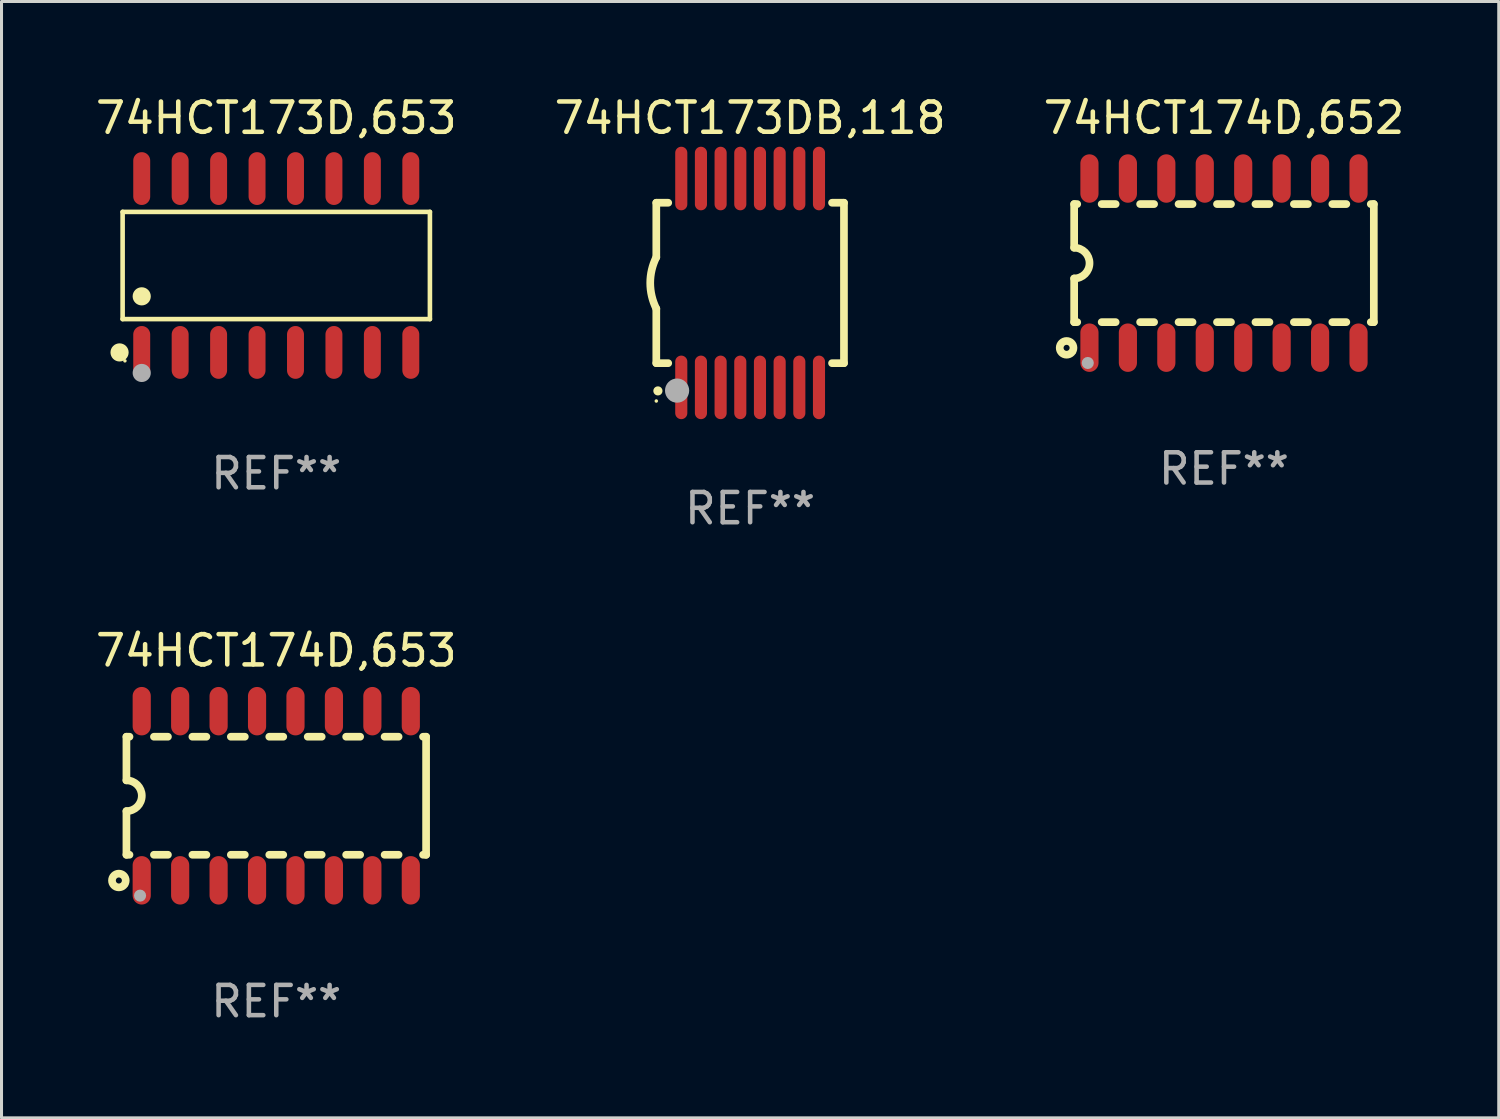
<source format=kicad_pcb>
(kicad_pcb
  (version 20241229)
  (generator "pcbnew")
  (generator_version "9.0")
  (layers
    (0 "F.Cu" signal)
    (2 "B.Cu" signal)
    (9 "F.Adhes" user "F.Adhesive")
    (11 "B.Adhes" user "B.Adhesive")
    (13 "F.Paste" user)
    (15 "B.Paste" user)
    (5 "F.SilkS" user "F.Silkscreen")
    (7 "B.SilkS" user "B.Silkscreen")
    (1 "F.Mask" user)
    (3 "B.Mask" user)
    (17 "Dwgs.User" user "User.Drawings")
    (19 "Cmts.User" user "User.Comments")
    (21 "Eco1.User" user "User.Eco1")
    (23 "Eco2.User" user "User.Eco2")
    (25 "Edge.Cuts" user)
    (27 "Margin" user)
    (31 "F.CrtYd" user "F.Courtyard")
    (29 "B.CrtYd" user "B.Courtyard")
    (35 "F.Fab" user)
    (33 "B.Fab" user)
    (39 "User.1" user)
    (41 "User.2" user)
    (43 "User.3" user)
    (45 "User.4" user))
  (footprint "74HCT173DB,118"
    (layer "F.Cu")
    (at 21.732 6.298)
    (property "Reference" "74HCT173DB,118" (at 0 -5.45 0) (layer "F.SilkS") (effects (font (size 1 1) (thickness 0.15))))
    (attr through_hole)
    (fp_line (start -3.1 -2.65) (end -3.1 -0.85) (stroke (width 0.254) (type solid)) (layer "F.SilkS"))
    (fp_line (start -3.1 -2.65) (end -2.706 -2.65) (stroke (width 0.254) (type solid)) (layer "F.SilkS"))
    (fp_line (start -3.1 2.65) (end -3.1 0.85) (stroke (width 0.254) (type solid)) (layer "F.SilkS"))
    (fp_line (start -3.1 2.65) (end -2.706 2.65) (stroke (width 0.254) (type solid)) (layer "F.SilkS"))
    (fp_line (start 2.706 -2.65) (end 3.1 -2.65) (stroke (width 0.254) (type solid)) (layer "F.SilkS"))
    (fp_line (start 2.706 2.65) (end 3.1 2.65) (stroke (width 0.254) (type solid)) (layer "F.SilkS"))
    (fp_line (start 3.1 -2.65) (end 3.1 2.65) (stroke (width 0.254) (type solid)) (layer "F.SilkS"))
    (fp_arc (start -3.098907 0.850902) (mid -3.300057 0.000523) (end -3.1 -0.850114) (stroke (width 0.254001) (type solid)) (layer "F.SilkS"))
    (fp_arc (start -3.048006 3.566066) (mid -3.046736 3.566061) (end -3.045466 3.566066) (stroke (width 0.3) (type solid)) (layer "F.SilkS"))
    (fp_circle (center -3.1 3.9) (end -3.07 3.9) (stroke (width 0.06) (type solid)) (fill no) (layer "F.SilkS"))
    (fp_circle (center -2.413 3.556) (end -2.213 3.556) (stroke (width 0.4) (type solid)) (fill no) (layer "F.Fab"))
    (fp_text user "REF**" (at 0 7.45 0) (layer "F.Fab") (effects (font (size 1 1) (thickness 0.15))))
    (pad "1" smd oval (at -2.275 3.45 180) (size 0.4 2.1) (layers "F.Cu" "F.Mask" "F.Paste"))
    (pad "2" smd oval (at -1.625 3.45 180) (size 0.4 2.1) (layers "F.Cu" "F.Mask" "F.Paste"))
    (pad "3" smd oval (at -0.975 3.45 180) (size 0.4 2.1) (layers "F.Cu" "F.Mask" "F.Paste"))
    (pad "4" smd oval (at -0.325 3.45 180) (size 0.4 2.1) (layers "F.Cu" "F.Mask" "F.Paste"))
    (pad "5" smd oval (at 0.325 3.45 180) (size 0.4 2.1) (layers "F.Cu" "F.Mask" "F.Paste"))
    (pad "6" smd oval (at 0.975 3.45 180) (size 0.4 2.1) (layers "F.Cu" "F.Mask" "F.Paste"))
    (pad "7" smd oval (at 1.625 3.45 180) (size 0.4 2.1) (layers "F.Cu" "F.Mask" "F.Paste"))
    (pad "8" smd oval (at 2.275 3.45 180) (size 0.4 2.1) (layers "F.Cu" "F.Mask" "F.Paste"))
    (pad "9" smd oval (at 2.275 -3.45 180) (size 0.4 2.1) (layers "F.Cu" "F.Mask" "F.Paste"))
    (pad "10" smd oval (at 1.625 -3.45 180) (size 0.4 2.1) (layers "F.Cu" "F.Mask" "F.Paste"))
    (pad "11" smd oval (at 0.975 -3.45 180) (size 0.4 2.1) (layers "F.Cu" "F.Mask" "F.Paste"))
    (pad "12" smd oval (at 0.325 -3.45 180) (size 0.4 2.1) (layers "F.Cu" "F.Mask" "F.Paste"))
    (pad "13" smd oval (at -0.325 -3.45 180) (size 0.4 2.1) (layers "F.Cu" "F.Mask" "F.Paste"))
    (pad "14" smd oval (at -0.975 -3.45 180) (size 0.4 2.1) (layers "F.Cu" "F.Mask" "F.Paste"))
    (pad "15" smd oval (at -1.625 -3.45 180) (size 0.4 2.1) (layers "F.Cu" "F.Mask" "F.Paste"))
    (pad "16" smd oval (at -2.275 -3.45 180) (size 0.4 2.1) (layers "F.Cu" "F.Mask" "F.Paste")))
  (footprint "74HCT173D,653"
    (layer "F.Cu")
    (at 6.077 5.721)
    (property "Reference" "74HCT173D,653" (at 0 -4.872 0) (layer "F.SilkS") (effects (font (size 1 1) (thickness 0.15))))
    (attr through_hole)
    (fp_line (start -5.076 -1.771) (end 5.076 -1.771) (stroke (width 0.152) (type solid)) (layer "F.SilkS"))
    (fp_line (start -5.076 1.771) (end -5.076 -1.771) (stroke (width 0.152) (type solid)) (layer "F.SilkS"))
    (fp_line (start 5.076 -1.771) (end 5.076 1.771) (stroke (width 0.152) (type solid)) (layer "F.SilkS"))
    (fp_line (start 5.076 1.771) (end -5.076 1.771) (stroke (width 0.152) (type solid)) (layer "F.SilkS"))
    (fp_circle (center -5.177 2.872) (end -5.027 2.872) (stroke (width 0.3) (type solid)) (fill no) (layer "F.SilkS"))
    (fp_circle (center -5 3.15) (end -4.97 3.15) (stroke (width 0.06) (type solid)) (fill no) (layer "F.SilkS"))
    (fp_circle (center -4.445 1.019) (end -4.295 1.019) (stroke (width 0.3) (type solid)) (fill no) (layer "F.SilkS"))
    (fp_circle (center -4.445 3.55) (end -4.295 3.55) (stroke (width 0.3) (type solid)) (fill no) (layer "F.Fab"))
    (fp_text user "REF**" (at 0 6.872 0) (layer "F.Fab") (effects (font (size 1 1) (thickness 0.15))))
    (pad "1" smd oval (at -4.445 2.872) (size 0.56 1.745) (layers "F.Cu" "F.Mask" "F.Paste"))
    (pad "2" smd oval (at -3.175 2.872) (size 0.56 1.745) (layers "F.Cu" "F.Mask" "F.Paste"))
    (pad "3" smd oval (at -1.905 2.872) (size 0.56 1.745) (layers "F.Cu" "F.Mask" "F.Paste"))
    (pad "4" smd oval (at -0.635 2.872) (size 0.56 1.745) (layers "F.Cu" "F.Mask" "F.Paste"))
    (pad "5" smd oval (at 0.635 2.872) (size 0.56 1.745) (layers "F.Cu" "F.Mask" "F.Paste"))
    (pad "6" smd oval (at 1.905 2.872) (size 0.56 1.745) (layers "F.Cu" "F.Mask" "F.Paste"))
    (pad "7" smd oval (at 3.175 2.872) (size 0.56 1.745) (layers "F.Cu" "F.Mask" "F.Paste"))
    (pad "8" smd oval (at 4.445 2.872) (size 0.56 1.745) (layers "F.Cu" "F.Mask" "F.Paste"))
    (pad "9" smd oval (at 4.445 -2.872) (size 0.56 1.745) (layers "F.Cu" "F.Mask" "F.Paste"))
    (pad "10" smd oval (at 3.175 -2.872) (size 0.56 1.745) (layers "F.Cu" "F.Mask" "F.Paste"))
    (pad "11" smd oval (at 1.905 -2.872) (size 0.56 1.745) (layers "F.Cu" "F.Mask" "F.Paste"))
    (pad "12" smd oval (at 0.635 -2.872) (size 0.56 1.745) (layers "F.Cu" "F.Mask" "F.Paste"))
    (pad "13" smd oval (at -0.635 -2.872) (size 0.56 1.745) (layers "F.Cu" "F.Mask" "F.Paste"))
    (pad "14" smd oval (at -1.905 -2.872) (size 0.56 1.745) (layers "F.Cu" "F.Mask" "F.Paste"))
    (pad "15" smd oval (at -3.175 -2.872) (size 0.56 1.745) (layers "F.Cu" "F.Mask" "F.Paste"))
    (pad "16" smd oval (at -4.445 -2.872) (size 0.56 1.745) (layers "F.Cu" "F.Mask" "F.Paste")))
  (footprint "74HCT174D,653"
    (layer "F.Cu")
    (at 6.077 23.239)
    (property "Reference" "74HCT174D,653" (at 0 -4.794 0) (layer "F.SilkS") (effects (font (size 1 1) (thickness 0.15))))
    (attr through_hole)
    (fp_line (start -4.95 -1.95) (end -4.95 -0.508) (stroke (width 0.254) (type solid)) (layer "F.SilkS"))
    (fp_line (start -4.95 -1.95) (end -4.849 -1.95) (stroke (width 0.254) (type solid)) (layer "F.SilkS"))
    (fp_line (start -4.95 1.95) (end -4.95 0.508) (stroke (width 0.254) (type solid)) (layer "F.SilkS"))
    (fp_line (start -4.95 1.95) (end -4.849 1.95) (stroke (width 0.254) (type solid)) (layer "F.SilkS"))
    (fp_line (start -4.041 -1.95) (end -3.579 -1.95) (stroke (width 0.254) (type solid)) (layer "F.SilkS"))
    (fp_line (start -4.041 1.95) (end -3.579 1.95) (stroke (width 0.254) (type solid)) (layer "F.SilkS"))
    (fp_line (start -2.771 -1.95) (end -2.309 -1.95) (stroke (width 0.254) (type solid)) (layer "F.SilkS"))
    (fp_line (start -2.771 1.95) (end -2.309 1.95) (stroke (width 0.254) (type solid)) (layer "F.SilkS"))
    (fp_line (start -1.501 -1.95) (end -1.039 -1.95) (stroke (width 0.254) (type solid)) (layer "F.SilkS"))
    (fp_line (start -1.501 1.95) (end -1.039 1.95) (stroke (width 0.254) (type solid)) (layer "F.SilkS"))
    (fp_line (start -0.231 -1.95) (end 0.231 -1.95) (stroke (width 0.254) (type solid)) (layer "F.SilkS"))
    (fp_line (start -0.231 1.95) (end 0.231 1.95) (stroke (width 0.254) (type solid)) (layer "F.SilkS"))
    (fp_line (start 1.039 -1.95) (end 1.501 -1.95) (stroke (width 0.254) (type solid)) (layer "F.SilkS"))
    (fp_line (start 1.039 1.95) (end 1.501 1.95) (stroke (width 0.254) (type solid)) (layer "F.SilkS"))
    (fp_line (start 2.309 -1.95) (end 2.771 -1.95) (stroke (width 0.254) (type solid)) (layer "F.SilkS"))
    (fp_line (start 2.309 1.95) (end 2.771 1.95) (stroke (width 0.254) (type solid)) (layer "F.SilkS"))
    (fp_line (start 3.579 -1.95) (end 4.041 -1.95) (stroke (width 0.254) (type solid)) (layer "F.SilkS"))
    (fp_line (start 3.579 1.95) (end 4.041 1.95) (stroke (width 0.254) (type solid)) (layer "F.SilkS"))
    (fp_line (start 4.849 -1.95) (end 4.95 -1.95) (stroke (width 0.254) (type solid)) (layer "F.SilkS"))
    (fp_line (start 4.849 1.95) (end 4.95 1.95) (stroke (width 0.254) (type solid)) (layer "F.SilkS"))
    (fp_line (start 4.95 -1.95) (end 4.95 1.95) (stroke (width 0.254) (type solid)) (layer "F.SilkS"))
    (fp_arc (start -4.95047 -0.508001) (mid -4.442469 -0.000228) (end -4.950013 0.508001) (stroke (width 0.254001) (type solid)) (layer "F.SilkS"))
    (fp_circle (center -5.2 2.8) (end -5.1 2.8) (stroke (width 0.254) (type solid)) (fill no) (layer "F.SilkS"))
    (fp_circle (center -4.95 2.947) (end -4.92 2.947) (stroke (width 0.06) (type solid)) (fill no) (layer "F.SilkS"))
    (fp_circle (center -4.5 3.3) (end -4.4 3.3) (stroke (width 0.2) (type solid)) (fill no) (layer "F.Fab"))
    (fp_text user "REF**" (at 0 6.794 0) (layer "F.Fab") (effects (font (size 1 1) (thickness 0.15))))
    (pad "1" smd oval (at -4.445 2.794) (size 0.6 1.6) (layers "F.Cu" "F.Mask" "F.Paste"))
    (pad "2" smd oval (at -3.175 2.794) (size 0.6 1.6) (layers "F.Cu" "F.Mask" "F.Paste"))
    (pad "3" smd oval (at -1.905 2.794) (size 0.6 1.6) (layers "F.Cu" "F.Mask" "F.Paste"))
    (pad "4" smd oval (at -0.635 2.794) (size 0.6 1.6) (layers "F.Cu" "F.Mask" "F.Paste"))
    (pad "5" smd oval (at 0.635 2.794) (size 0.6 1.6) (layers "F.Cu" "F.Mask" "F.Paste"))
    (pad "6" smd oval (at 1.905 2.794) (size 0.6 1.6) (layers "F.Cu" "F.Mask" "F.Paste"))
    (pad "7" smd oval (at 3.175 2.794) (size 0.6 1.6) (layers "F.Cu" "F.Mask" "F.Paste"))
    (pad "8" smd oval (at 4.445 2.794) (size 0.6 1.6) (layers "F.Cu" "F.Mask" "F.Paste"))
    (pad "9" smd oval (at 4.445 -2.794) (size 0.6 1.6) (layers "F.Cu" "F.Mask" "F.Paste"))
    (pad "10" smd oval (at 3.175 -2.794) (size 0.6 1.6) (layers "F.Cu" "F.Mask" "F.Paste"))
    (pad "11" smd oval (at 1.905 -2.794) (size 0.6 1.6) (layers "F.Cu" "F.Mask" "F.Paste"))
    (pad "12" smd oval (at 0.635 -2.794) (size 0.6 1.6) (layers "F.Cu" "F.Mask" "F.Paste"))
    (pad "13" smd oval (at -0.635 -2.794) (size 0.6 1.6) (layers "F.Cu" "F.Mask" "F.Paste"))
    (pad "14" smd oval (at -1.905 -2.794) (size 0.6 1.6) (layers "F.Cu" "F.Mask" "F.Paste"))
    (pad "15" smd oval (at -3.175 -2.794) (size 0.6 1.6) (layers "F.Cu" "F.Mask" "F.Paste"))
    (pad "16" smd oval (at -4.445 -2.794) (size 0.6 1.6) (layers "F.Cu" "F.Mask" "F.Paste")))
  (footprint "74HCT174D,652"
    (layer "F.Cu")
    (at 37.387 5.642)
    (property "Reference" "74HCT174D,652" (at 0 -4.794 0) (layer "F.SilkS") (effects (font (size 1 1) (thickness 0.15))))
    (attr through_hole)
    (fp_line (start -4.95 -1.95) (end -4.95 -0.508) (stroke (width 0.254) (type solid)) (layer "F.SilkS"))
    (fp_line (start -4.95 -1.95) (end -4.849 -1.95) (stroke (width 0.254) (type solid)) (layer "F.SilkS"))
    (fp_line (start -4.95 1.95) (end -4.95 0.508) (stroke (width 0.254) (type solid)) (layer "F.SilkS"))
    (fp_line (start -4.95 1.95) (end -4.849 1.95) (stroke (width 0.254) (type solid)) (layer "F.SilkS"))
    (fp_line (start -4.041 -1.95) (end -3.579 -1.95) (stroke (width 0.254) (type solid)) (layer "F.SilkS"))
    (fp_line (start -4.041 1.95) (end -3.579 1.95) (stroke (width 0.254) (type solid)) (layer "F.SilkS"))
    (fp_line (start -2.771 -1.95) (end -2.309 -1.95) (stroke (width 0.254) (type solid)) (layer "F.SilkS"))
    (fp_line (start -2.771 1.95) (end -2.309 1.95) (stroke (width 0.254) (type solid)) (layer "F.SilkS"))
    (fp_line (start -1.501 -1.95) (end -1.039 -1.95) (stroke (width 0.254) (type solid)) (layer "F.SilkS"))
    (fp_line (start -1.501 1.95) (end -1.039 1.95) (stroke (width 0.254) (type solid)) (layer "F.SilkS"))
    (fp_line (start -0.231 -1.95) (end 0.231 -1.95) (stroke (width 0.254) (type solid)) (layer "F.SilkS"))
    (fp_line (start -0.231 1.95) (end 0.231 1.95) (stroke (width 0.254) (type solid)) (layer "F.SilkS"))
    (fp_line (start 1.039 -1.95) (end 1.501 -1.95) (stroke (width 0.254) (type solid)) (layer "F.SilkS"))
    (fp_line (start 1.039 1.95) (end 1.501 1.95) (stroke (width 0.254) (type solid)) (layer "F.SilkS"))
    (fp_line (start 2.309 -1.95) (end 2.771 -1.95) (stroke (width 0.254) (type solid)) (layer "F.SilkS"))
    (fp_line (start 2.309 1.95) (end 2.771 1.95) (stroke (width 0.254) (type solid)) (layer "F.SilkS"))
    (fp_line (start 3.579 -1.95) (end 4.041 -1.95) (stroke (width 0.254) (type solid)) (layer "F.SilkS"))
    (fp_line (start 3.579 1.95) (end 4.041 1.95) (stroke (width 0.254) (type solid)) (layer "F.SilkS"))
    (fp_line (start 4.849 -1.95) (end 4.95 -1.95) (stroke (width 0.254) (type solid)) (layer "F.SilkS"))
    (fp_line (start 4.849 1.95) (end 4.95 1.95) (stroke (width 0.254) (type solid)) (layer "F.SilkS"))
    (fp_line (start 4.95 -1.95) (end 4.95 1.95) (stroke (width 0.254) (type solid)) (layer "F.SilkS"))
    (fp_arc (start -4.95047 -0.508001) (mid -4.442469 -0.000228) (end -4.950013 0.508001) (stroke (width 0.254001) (type solid)) (layer "F.SilkS"))
    (fp_circle (center -5.2 2.8) (end -5.1 2.8) (stroke (width 0.254) (type solid)) (fill no) (layer "F.SilkS"))
    (fp_circle (center -4.95 2.947) (end -4.92 2.947) (stroke (width 0.06) (type solid)) (fill no) (layer "F.SilkS"))
    (fp_circle (center -4.5 3.3) (end -4.4 3.3) (stroke (width 0.2) (type solid)) (fill no) (layer "F.Fab"))
    (fp_text user "REF**" (at 0 6.794 0) (layer "F.Fab") (effects (font (size 1 1) (thickness 0.15))))
    (pad "1" smd oval (at -4.445 2.794) (size 0.6 1.6) (layers "F.Cu" "F.Mask" "F.Paste"))
    (pad "2" smd oval (at -3.175 2.794) (size 0.6 1.6) (layers "F.Cu" "F.Mask" "F.Paste"))
    (pad "3" smd oval (at -1.905 2.794) (size 0.6 1.6) (layers "F.Cu" "F.Mask" "F.Paste"))
    (pad "4" smd oval (at -0.635 2.794) (size 0.6 1.6) (layers "F.Cu" "F.Mask" "F.Paste"))
    (pad "5" smd oval (at 0.635 2.794) (size 0.6 1.6) (layers "F.Cu" "F.Mask" "F.Paste"))
    (pad "6" smd oval (at 1.905 2.794) (size 0.6 1.6) (layers "F.Cu" "F.Mask" "F.Paste"))
    (pad "7" smd oval (at 3.175 2.794) (size 0.6 1.6) (layers "F.Cu" "F.Mask" "F.Paste"))
    (pad "8" smd oval (at 4.445 2.794) (size 0.6 1.6) (layers "F.Cu" "F.Mask" "F.Paste"))
    (pad "9" smd oval (at 4.445 -2.794) (size 0.6 1.6) (layers "F.Cu" "F.Mask" "F.Paste"))
    (pad "10" smd oval (at 3.175 -2.794) (size 0.6 1.6) (layers "F.Cu" "F.Mask" "F.Paste"))
    (pad "11" smd oval (at 1.905 -2.794) (size 0.6 1.6) (layers "F.Cu" "F.Mask" "F.Paste"))
    (pad "12" smd oval (at 0.635 -2.794) (size 0.6 1.6) (layers "F.Cu" "F.Mask" "F.Paste"))
    (pad "13" smd oval (at -0.635 -2.794) (size 0.6 1.6) (layers "F.Cu" "F.Mask" "F.Paste"))
    (pad "14" smd oval (at -1.905 -2.794) (size 0.6 1.6) (layers "F.Cu" "F.Mask" "F.Paste"))
    (pad "15" smd oval (at -3.175 -2.794) (size 0.6 1.6) (layers "F.Cu" "F.Mask" "F.Paste"))
    (pad "16" smd oval (at -4.445 -2.794) (size 0.6 1.6) (layers "F.Cu" "F.Mask" "F.Paste")))
  (gr_rect
    (start -3 -3)
    (end 46.464 33.881)
    (stroke (width 0.1) (type default))
    (fill no)
    (layer "Edge.Cuts")))
</source>
